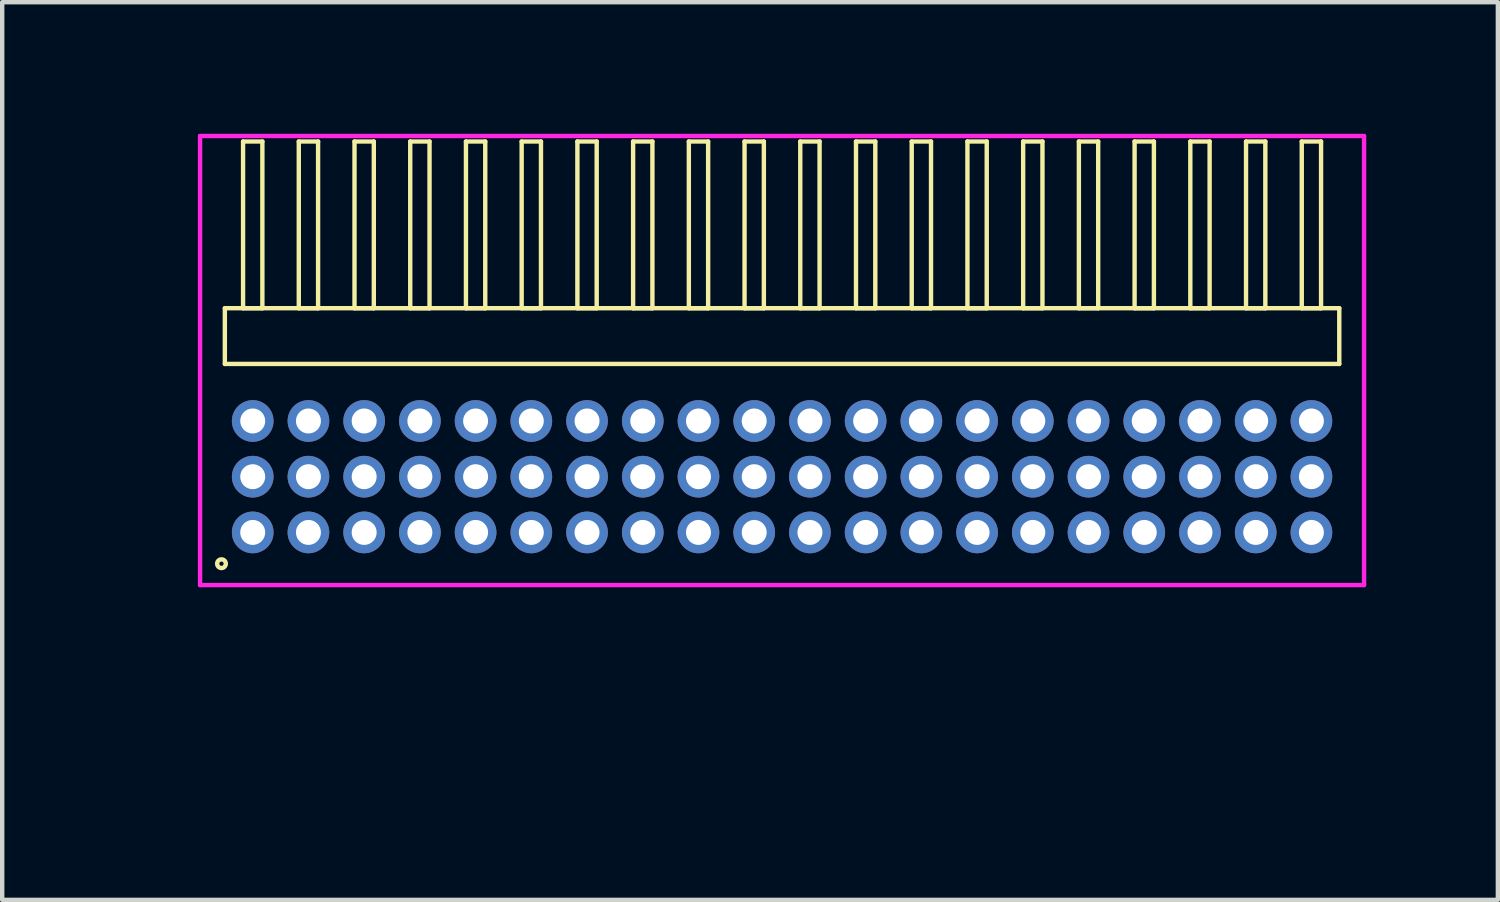
<source format=kicad_pcb>
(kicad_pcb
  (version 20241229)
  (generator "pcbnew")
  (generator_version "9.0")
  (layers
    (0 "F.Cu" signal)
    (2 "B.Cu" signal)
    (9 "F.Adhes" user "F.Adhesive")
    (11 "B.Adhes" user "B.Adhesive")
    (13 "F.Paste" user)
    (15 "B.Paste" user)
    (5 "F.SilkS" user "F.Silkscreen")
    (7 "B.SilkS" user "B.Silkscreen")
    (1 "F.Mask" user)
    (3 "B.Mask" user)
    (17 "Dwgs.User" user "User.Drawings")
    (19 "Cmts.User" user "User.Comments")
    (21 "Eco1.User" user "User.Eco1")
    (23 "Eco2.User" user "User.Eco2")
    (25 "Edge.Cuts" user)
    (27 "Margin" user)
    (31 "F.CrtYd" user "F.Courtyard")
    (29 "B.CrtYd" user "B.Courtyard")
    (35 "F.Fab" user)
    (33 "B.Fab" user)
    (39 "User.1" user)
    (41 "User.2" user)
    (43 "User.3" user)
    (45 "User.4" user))
  (footprint "HDR_RA127P20x3"
    (layer "F.Cu")
    (at 14.775 7.815)
    (property "Reference" "HDR_RA127P20x3" (at -14.015 0 90) (layer "User.1") (effects (font (size 1 1) (thickness 0.1))))
    (attr through_hole)
    (fp_line (start -12.7 -3.84) (end -12.7 -2.57) (stroke (width 0.1) (type solid)) (layer "F.SilkS"))
    (fp_line (start -12.7 -2.57) (end 12.7 -2.57) (stroke (width 0.1) (type solid)) (layer "F.SilkS"))
    (fp_line (start -12.285 -7.64) (end -12.285 -3.84) (stroke (width 0.1) (type solid)) (layer "F.SilkS"))
    (fp_line (start -12.285 -3.84) (end -11.845 -3.84) (stroke (width 0.1) (type solid)) (layer "F.SilkS"))
    (fp_line (start -11.845 -7.64) (end -12.285 -7.64) (stroke (width 0.1) (type solid)) (layer "F.SilkS"))
    (fp_line (start -11.845 -3.84) (end -11.845 -7.64) (stroke (width 0.1) (type solid)) (layer "F.SilkS"))
    (fp_line (start -11.015 -7.64) (end -11.015 -3.84) (stroke (width 0.1) (type solid)) (layer "F.SilkS"))
    (fp_line (start -11.015 -3.84) (end -10.575 -3.84) (stroke (width 0.1) (type solid)) (layer "F.SilkS"))
    (fp_line (start -10.575 -7.64) (end -11.015 -7.64) (stroke (width 0.1) (type solid)) (layer "F.SilkS"))
    (fp_line (start -10.575 -3.84) (end -10.575 -7.64) (stroke (width 0.1) (type solid)) (layer "F.SilkS"))
    (fp_line (start -9.745 -7.64) (end -9.745 -3.84) (stroke (width 0.1) (type solid)) (layer "F.SilkS"))
    (fp_line (start -9.745 -3.84) (end -9.305 -3.84) (stroke (width 0.1) (type solid)) (layer "F.SilkS"))
    (fp_line (start -9.305 -7.64) (end -9.745 -7.64) (stroke (width 0.1) (type solid)) (layer "F.SilkS"))
    (fp_line (start -9.305 -3.84) (end -9.305 -7.64) (stroke (width 0.1) (type solid)) (layer "F.SilkS"))
    (fp_line (start -8.475 -7.64) (end -8.475 -3.84) (stroke (width 0.1) (type solid)) (layer "F.SilkS"))
    (fp_line (start -8.475 -3.84) (end -8.035 -3.84) (stroke (width 0.1) (type solid)) (layer "F.SilkS"))
    (fp_line (start -8.035 -7.64) (end -8.475 -7.64) (stroke (width 0.1) (type solid)) (layer "F.SilkS"))
    (fp_line (start -8.035 -3.84) (end -8.035 -7.64) (stroke (width 0.1) (type solid)) (layer "F.SilkS"))
    (fp_line (start -7.205 -7.64) (end -7.205 -3.84) (stroke (width 0.1) (type solid)) (layer "F.SilkS"))
    (fp_line (start -7.205 -3.84) (end -6.765 -3.84) (stroke (width 0.1) (type solid)) (layer "F.SilkS"))
    (fp_line (start -6.765 -7.64) (end -7.205 -7.64) (stroke (width 0.1) (type solid)) (layer "F.SilkS"))
    (fp_line (start -6.765 -3.84) (end -6.765 -7.64) (stroke (width 0.1) (type solid)) (layer "F.SilkS"))
    (fp_line (start -5.935 -7.64) (end -5.935 -3.84) (stroke (width 0.1) (type solid)) (layer "F.SilkS"))
    (fp_line (start -5.935 -3.84) (end -5.495 -3.84) (stroke (width 0.1) (type solid)) (layer "F.SilkS"))
    (fp_line (start -5.495 -7.64) (end -5.935 -7.64) (stroke (width 0.1) (type solid)) (layer "F.SilkS"))
    (fp_line (start -5.495 -3.84) (end -5.495 -7.64) (stroke (width 0.1) (type solid)) (layer "F.SilkS"))
    (fp_line (start -4.665 -7.64) (end -4.665 -3.84) (stroke (width 0.1) (type solid)) (layer "F.SilkS"))
    (fp_line (start -4.665 -3.84) (end -4.225 -3.84) (stroke (width 0.1) (type solid)) (layer "F.SilkS"))
    (fp_line (start -4.225 -7.64) (end -4.665 -7.64) (stroke (width 0.1) (type solid)) (layer "F.SilkS"))
    (fp_line (start -4.225 -3.84) (end -4.225 -7.64) (stroke (width 0.1) (type solid)) (layer "F.SilkS"))
    (fp_line (start -3.395 -7.64) (end -3.395 -3.84) (stroke (width 0.1) (type solid)) (layer "F.SilkS"))
    (fp_line (start -3.395 -3.84) (end -2.955 -3.84) (stroke (width 0.1) (type solid)) (layer "F.SilkS"))
    (fp_line (start -2.955 -7.64) (end -3.395 -7.64) (stroke (width 0.1) (type solid)) (layer "F.SilkS"))
    (fp_line (start -2.955 -3.84) (end -2.955 -7.64) (stroke (width 0.1) (type solid)) (layer "F.SilkS"))
    (fp_line (start -2.125 -7.64) (end -2.125 -3.84) (stroke (width 0.1) (type solid)) (layer "F.SilkS"))
    (fp_line (start -2.125 -3.84) (end -1.685 -3.84) (stroke (width 0.1) (type solid)) (layer "F.SilkS"))
    (fp_line (start -1.685 -7.64) (end -2.125 -7.64) (stroke (width 0.1) (type solid)) (layer "F.SilkS"))
    (fp_line (start -1.685 -3.84) (end -1.685 -7.64) (stroke (width 0.1) (type solid)) (layer "F.SilkS"))
    (fp_line (start -0.855 -7.64) (end -0.855 -3.84) (stroke (width 0.1) (type solid)) (layer "F.SilkS"))
    (fp_line (start -0.855 -3.84) (end -0.415 -3.84) (stroke (width 0.1) (type solid)) (layer "F.SilkS"))
    (fp_line (start -0.415 -7.64) (end -0.855 -7.64) (stroke (width 0.1) (type solid)) (layer "F.SilkS"))
    (fp_line (start -0.415 -3.84) (end -0.415 -7.64) (stroke (width 0.1) (type solid)) (layer "F.SilkS"))
    (fp_line (start 0.415 -7.64) (end 0.415 -3.84) (stroke (width 0.1) (type solid)) (layer "F.SilkS"))
    (fp_line (start 0.415 -3.84) (end 0.855 -3.84) (stroke (width 0.1) (type solid)) (layer "F.SilkS"))
    (fp_line (start 0.855 -7.64) (end 0.415 -7.64) (stroke (width 0.1) (type solid)) (layer "F.SilkS"))
    (fp_line (start 0.855 -3.84) (end 0.855 -7.64) (stroke (width 0.1) (type solid)) (layer "F.SilkS"))
    (fp_line (start 1.685 -7.64) (end 1.685 -3.84) (stroke (width 0.1) (type solid)) (layer "F.SilkS"))
    (fp_line (start 1.685 -3.84) (end 2.125 -3.84) (stroke (width 0.1) (type solid)) (layer "F.SilkS"))
    (fp_line (start 2.125 -7.64) (end 1.685 -7.64) (stroke (width 0.1) (type solid)) (layer "F.SilkS"))
    (fp_line (start 2.125 -3.84) (end 2.125 -7.64) (stroke (width 0.1) (type solid)) (layer "F.SilkS"))
    (fp_line (start 2.955 -7.64) (end 2.955 -3.84) (stroke (width 0.1) (type solid)) (layer "F.SilkS"))
    (fp_line (start 2.955 -3.84) (end 3.395 -3.84) (stroke (width 0.1) (type solid)) (layer "F.SilkS"))
    (fp_line (start 3.395 -7.64) (end 2.955 -7.64) (stroke (width 0.1) (type solid)) (layer "F.SilkS"))
    (fp_line (start 3.395 -3.84) (end 3.395 -7.64) (stroke (width 0.1) (type solid)) (layer "F.SilkS"))
    (fp_line (start 4.225 -7.64) (end 4.225 -3.84) (stroke (width 0.1) (type solid)) (layer "F.SilkS"))
    (fp_line (start 4.225 -3.84) (end 4.665 -3.84) (stroke (width 0.1) (type solid)) (layer "F.SilkS"))
    (fp_line (start 4.665 -7.64) (end 4.225 -7.64) (stroke (width 0.1) (type solid)) (layer "F.SilkS"))
    (fp_line (start 4.665 -3.84) (end 4.665 -7.64) (stroke (width 0.1) (type solid)) (layer "F.SilkS"))
    (fp_line (start 5.495 -7.64) (end 5.495 -3.84) (stroke (width 0.1) (type solid)) (layer "F.SilkS"))
    (fp_line (start 5.495 -3.84) (end 5.935 -3.84) (stroke (width 0.1) (type solid)) (layer "F.SilkS"))
    (fp_line (start 5.935 -7.64) (end 5.495 -7.64) (stroke (width 0.1) (type solid)) (layer "F.SilkS"))
    (fp_line (start 5.935 -3.84) (end 5.935 -7.64) (stroke (width 0.1) (type solid)) (layer "F.SilkS"))
    (fp_line (start 6.765 -7.64) (end 6.765 -3.84) (stroke (width 0.1) (type solid)) (layer "F.SilkS"))
    (fp_line (start 6.765 -3.84) (end 7.205 -3.84) (stroke (width 0.1) (type solid)) (layer "F.SilkS"))
    (fp_line (start 7.205 -7.64) (end 6.765 -7.64) (stroke (width 0.1) (type solid)) (layer "F.SilkS"))
    (fp_line (start 7.205 -3.84) (end 7.205 -7.64) (stroke (width 0.1) (type solid)) (layer "F.SilkS"))
    (fp_line (start 8.035 -7.64) (end 8.035 -3.84) (stroke (width 0.1) (type solid)) (layer "F.SilkS"))
    (fp_line (start 8.035 -3.84) (end 8.475 -3.84) (stroke (width 0.1) (type solid)) (layer "F.SilkS"))
    (fp_line (start 8.475 -7.64) (end 8.035 -7.64) (stroke (width 0.1) (type solid)) (layer "F.SilkS"))
    (fp_line (start 8.475 -3.84) (end 8.475 -7.64) (stroke (width 0.1) (type solid)) (layer "F.SilkS"))
    (fp_line (start 9.305 -7.64) (end 9.305 -3.84) (stroke (width 0.1) (type solid)) (layer "F.SilkS"))
    (fp_line (start 9.305 -3.84) (end 9.745 -3.84) (stroke (width 0.1) (type solid)) (layer "F.SilkS"))
    (fp_line (start 9.745 -7.64) (end 9.305 -7.64) (stroke (width 0.1) (type solid)) (layer "F.SilkS"))
    (fp_line (start 9.745 -3.84) (end 9.745 -7.64) (stroke (width 0.1) (type solid)) (layer "F.SilkS"))
    (fp_line (start 10.575 -7.64) (end 10.575 -3.84) (stroke (width 0.1) (type solid)) (layer "F.SilkS"))
    (fp_line (start 10.575 -3.84) (end 11.015 -3.84) (stroke (width 0.1) (type solid)) (layer "F.SilkS"))
    (fp_line (start 11.015 -7.64) (end 10.575 -7.64) (stroke (width 0.1) (type solid)) (layer "F.SilkS"))
    (fp_line (start 11.015 -3.84) (end 11.015 -7.64) (stroke (width 0.1) (type solid)) (layer "F.SilkS"))
    (fp_line (start 11.845 -7.64) (end 11.845 -3.84) (stroke (width 0.1) (type solid)) (layer "F.SilkS"))
    (fp_line (start 11.845 -3.84) (end 12.285 -3.84) (stroke (width 0.1) (type solid)) (layer "F.SilkS"))
    (fp_line (start 12.285 -7.64) (end 11.845 -7.64) (stroke (width 0.1) (type solid)) (layer "F.SilkS"))
    (fp_line (start 12.285 -3.84) (end 12.285 -7.64) (stroke (width 0.1) (type solid)) (layer "F.SilkS"))
    (fp_line (start 12.7 -3.84) (end -12.7 -3.84) (stroke (width 0.1) (type solid)) (layer "F.SilkS"))
    (fp_line (start 12.7 -2.57) (end 12.7 -3.84) (stroke (width 0.1) (type solid)) (layer "F.SilkS"))
    (fp_circle (center -12.777 1.983) (end -12.678 1.983) (stroke (width 0.1) (type solid)) (fill no) (layer "F.SilkS"))
    (fp_line (start -13.265 -7.765) (end -13.265 2.47) (stroke (width 0.1) (type solid)) (layer "F.CrtYd"))
    (fp_line (start -13.265 2.47) (end 13.265 2.47) (stroke (width 0.1) (type solid)) (layer "F.CrtYd"))
    (fp_line (start 13.265 -7.765) (end -13.265 -7.765) (stroke (width 0.1) (type solid)) (layer "F.CrtYd"))
    (fp_line (start 13.265 2.47) (end 13.265 -7.765) (stroke (width 0.1) (type solid)) (layer "F.CrtYd"))
    (pad "1" thru_hole oval (at -12.065 1.27) (size 0.95 0.95) (drill 0.57) (layers "*.Cu" "*.Mask"))
    (pad "2" thru_hole oval (at -12.065 0) (size 0.95 0.95) (drill 0.57) (layers "*.Cu" "*.Mask"))
    (pad "3" thru_hole oval (at -12.065 -1.27) (size 0.95 0.95) (drill 0.57) (layers "*.Cu" "*.Mask"))
    (pad "4" thru_hole oval (at -10.795 1.27) (size 0.95 0.95) (drill 0.57) (layers "*.Cu" "*.Mask"))
    (pad "5" thru_hole oval (at -10.795 0) (size 0.95 0.95) (drill 0.57) (layers "*.Cu" "*.Mask"))
    (pad "6" thru_hole oval (at -10.795 -1.27) (size 0.95 0.95) (drill 0.57) (layers "*.Cu" "*.Mask"))
    (pad "7" thru_hole oval (at -9.525 1.27) (size 0.95 0.95) (drill 0.57) (layers "*.Cu" "*.Mask"))
    (pad "8" thru_hole oval (at -9.525 0) (size 0.95 0.95) (drill 0.57) (layers "*.Cu" "*.Mask"))
    (pad "9" thru_hole oval (at -9.525 -1.27) (size 0.95 0.95) (drill 0.57) (layers "*.Cu" "*.Mask"))
    (pad "10" thru_hole oval (at -8.255 1.27) (size 0.95 0.95) (drill 0.57) (layers "*.Cu" "*.Mask"))
    (pad "11" thru_hole oval (at -8.255 0) (size 0.95 0.95) (drill 0.57) (layers "*.Cu" "*.Mask"))
    (pad "12" thru_hole oval (at -8.255 -1.27) (size 0.95 0.95) (drill 0.57) (layers "*.Cu" "*.Mask"))
    (pad "13" thru_hole oval (at -6.985 1.27) (size 0.95 0.95) (drill 0.57) (layers "*.Cu" "*.Mask"))
    (pad "14" thru_hole oval (at -6.985 0) (size 0.95 0.95) (drill 0.57) (layers "*.Cu" "*.Mask"))
    (pad "15" thru_hole oval (at -6.985 -1.27) (size 0.95 0.95) (drill 0.57) (layers "*.Cu" "*.Mask"))
    (pad "16" thru_hole oval (at -5.715 1.27) (size 0.95 0.95) (drill 0.57) (layers "*.Cu" "*.Mask"))
    (pad "17" thru_hole oval (at -5.715 0) (size 0.95 0.95) (drill 0.57) (layers "*.Cu" "*.Mask"))
    (pad "18" thru_hole oval (at -5.715 -1.27) (size 0.95 0.95) (drill 0.57) (layers "*.Cu" "*.Mask"))
    (pad "19" thru_hole oval (at -4.445 1.27) (size 0.95 0.95) (drill 0.57) (layers "*.Cu" "*.Mask"))
    (pad "20" thru_hole oval (at -4.445 0) (size 0.95 0.95) (drill 0.57) (layers "*.Cu" "*.Mask"))
    (pad "21" thru_hole oval (at -4.445 -1.27) (size 0.95 0.95) (drill 0.57) (layers "*.Cu" "*.Mask"))
    (pad "22" thru_hole oval (at -3.175 1.27) (size 0.95 0.95) (drill 0.57) (layers "*.Cu" "*.Mask"))
    (pad "23" thru_hole oval (at -3.175 0) (size 0.95 0.95) (drill 0.57) (layers "*.Cu" "*.Mask"))
    (pad "24" thru_hole oval (at -3.175 -1.27) (size 0.95 0.95) (drill 0.57) (layers "*.Cu" "*.Mask"))
    (pad "25" thru_hole oval (at -1.905 1.27) (size 0.95 0.95) (drill 0.57) (layers "*.Cu" "*.Mask"))
    (pad "26" thru_hole oval (at -1.905 0) (size 0.95 0.95) (drill 0.57) (layers "*.Cu" "*.Mask"))
    (pad "27" thru_hole oval (at -1.905 -1.27) (size 0.95 0.95) (drill 0.57) (layers "*.Cu" "*.Mask"))
    (pad "28" thru_hole oval (at -0.635 1.27) (size 0.95 0.95) (drill 0.57) (layers "*.Cu" "*.Mask"))
    (pad "29" thru_hole oval (at -0.635 0) (size 0.95 0.95) (drill 0.57) (layers "*.Cu" "*.Mask"))
    (pad "30" thru_hole oval (at -0.635 -1.27) (size 0.95 0.95) (drill 0.57) (layers "*.Cu" "*.Mask"))
    (pad "31" thru_hole oval (at 0.635 1.27) (size 0.95 0.95) (drill 0.57) (layers "*.Cu" "*.Mask"))
    (pad "32" thru_hole oval (at 0.635 0) (size 0.95 0.95) (drill 0.57) (layers "*.Cu" "*.Mask"))
    (pad "33" thru_hole oval (at 0.635 -1.27) (size 0.95 0.95) (drill 0.57) (layers "*.Cu" "*.Mask"))
    (pad "34" thru_hole oval (at 1.905 1.27) (size 0.95 0.95) (drill 0.57) (layers "*.Cu" "*.Mask"))
    (pad "35" thru_hole oval (at 1.905 0) (size 0.95 0.95) (drill 0.57) (layers "*.Cu" "*.Mask"))
    (pad "36" thru_hole oval (at 1.905 -1.27) (size 0.95 0.95) (drill 0.57) (layers "*.Cu" "*.Mask"))
    (pad "37" thru_hole oval (at 3.175 1.27) (size 0.95 0.95) (drill 0.57) (layers "*.Cu" "*.Mask"))
    (pad "38" thru_hole oval (at 3.175 0) (size 0.95 0.95) (drill 0.57) (layers "*.Cu" "*.Mask"))
    (pad "39" thru_hole oval (at 3.175 -1.27) (size 0.95 0.95) (drill 0.57) (layers "*.Cu" "*.Mask"))
    (pad "40" thru_hole oval (at 4.445 1.27) (size 0.95 0.95) (drill 0.57) (layers "*.Cu" "*.Mask"))
    (pad "41" thru_hole oval (at 4.445 0) (size 0.95 0.95) (drill 0.57) (layers "*.Cu" "*.Mask"))
    (pad "42" thru_hole oval (at 4.445 -1.27) (size 0.95 0.95) (drill 0.57) (layers "*.Cu" "*.Mask"))
    (pad "43" thru_hole oval (at 5.715 1.27) (size 0.95 0.95) (drill 0.57) (layers "*.Cu" "*.Mask"))
    (pad "44" thru_hole oval (at 5.715 0) (size 0.95 0.95) (drill 0.57) (layers "*.Cu" "*.Mask"))
    (pad "45" thru_hole oval (at 5.715 -1.27) (size 0.95 0.95) (drill 0.57) (layers "*.Cu" "*.Mask"))
    (pad "46" thru_hole oval (at 6.985 1.27) (size 0.95 0.95) (drill 0.57) (layers "*.Cu" "*.Mask"))
    (pad "47" thru_hole oval (at 6.985 0) (size 0.95 0.95) (drill 0.57) (layers "*.Cu" "*.Mask"))
    (pad "48" thru_hole oval (at 6.985 -1.27) (size 0.95 0.95) (drill 0.57) (layers "*.Cu" "*.Mask"))
    (pad "49" thru_hole oval (at 8.255 1.27) (size 0.95 0.95) (drill 0.57) (layers "*.Cu" "*.Mask"))
    (pad "50" thru_hole oval (at 8.255 0) (size 0.95 0.95) (drill 0.57) (layers "*.Cu" "*.Mask"))
    (pad "51" thru_hole oval (at 8.255 -1.27) (size 0.95 0.95) (drill 0.57) (layers "*.Cu" "*.Mask"))
    (pad "52" thru_hole oval (at 9.525 1.27) (size 0.95 0.95) (drill 0.57) (layers "*.Cu" "*.Mask"))
    (pad "53" thru_hole oval (at 9.525 0) (size 0.95 0.95) (drill 0.57) (layers "*.Cu" "*.Mask"))
    (pad "54" thru_hole oval (at 9.525 -1.27) (size 0.95 0.95) (drill 0.57) (layers "*.Cu" "*.Mask"))
    (pad "55" thru_hole oval (at 10.795 1.27) (size 0.95 0.95) (drill 0.57) (layers "*.Cu" "*.Mask"))
    (pad "56" thru_hole oval (at 10.795 0) (size 0.95 0.95) (drill 0.57) (layers "*.Cu" "*.Mask"))
    (pad "57" thru_hole oval (at 10.795 -1.27) (size 0.95 0.95) (drill 0.57) (layers "*.Cu" "*.Mask"))
    (pad "58" thru_hole oval (at 12.065 1.27) (size 0.95 0.95) (drill 0.57) (layers "*.Cu" "*.Mask"))
    (pad "59" thru_hole oval (at 12.065 0) (size 0.95 0.95) (drill 0.57) (layers "*.Cu" "*.Mask"))
    (pad "60" thru_hole oval (at 12.065 -1.27) (size 0.95 0.95) (drill 0.57) (layers "*.Cu" "*.Mask")))
  (gr_rect
    (start -3 -3)
    (end 31.09 17.46)
    (stroke (width 0.1) (type default))
    (fill no)
    (layer "Edge.Cuts")))
</source>
